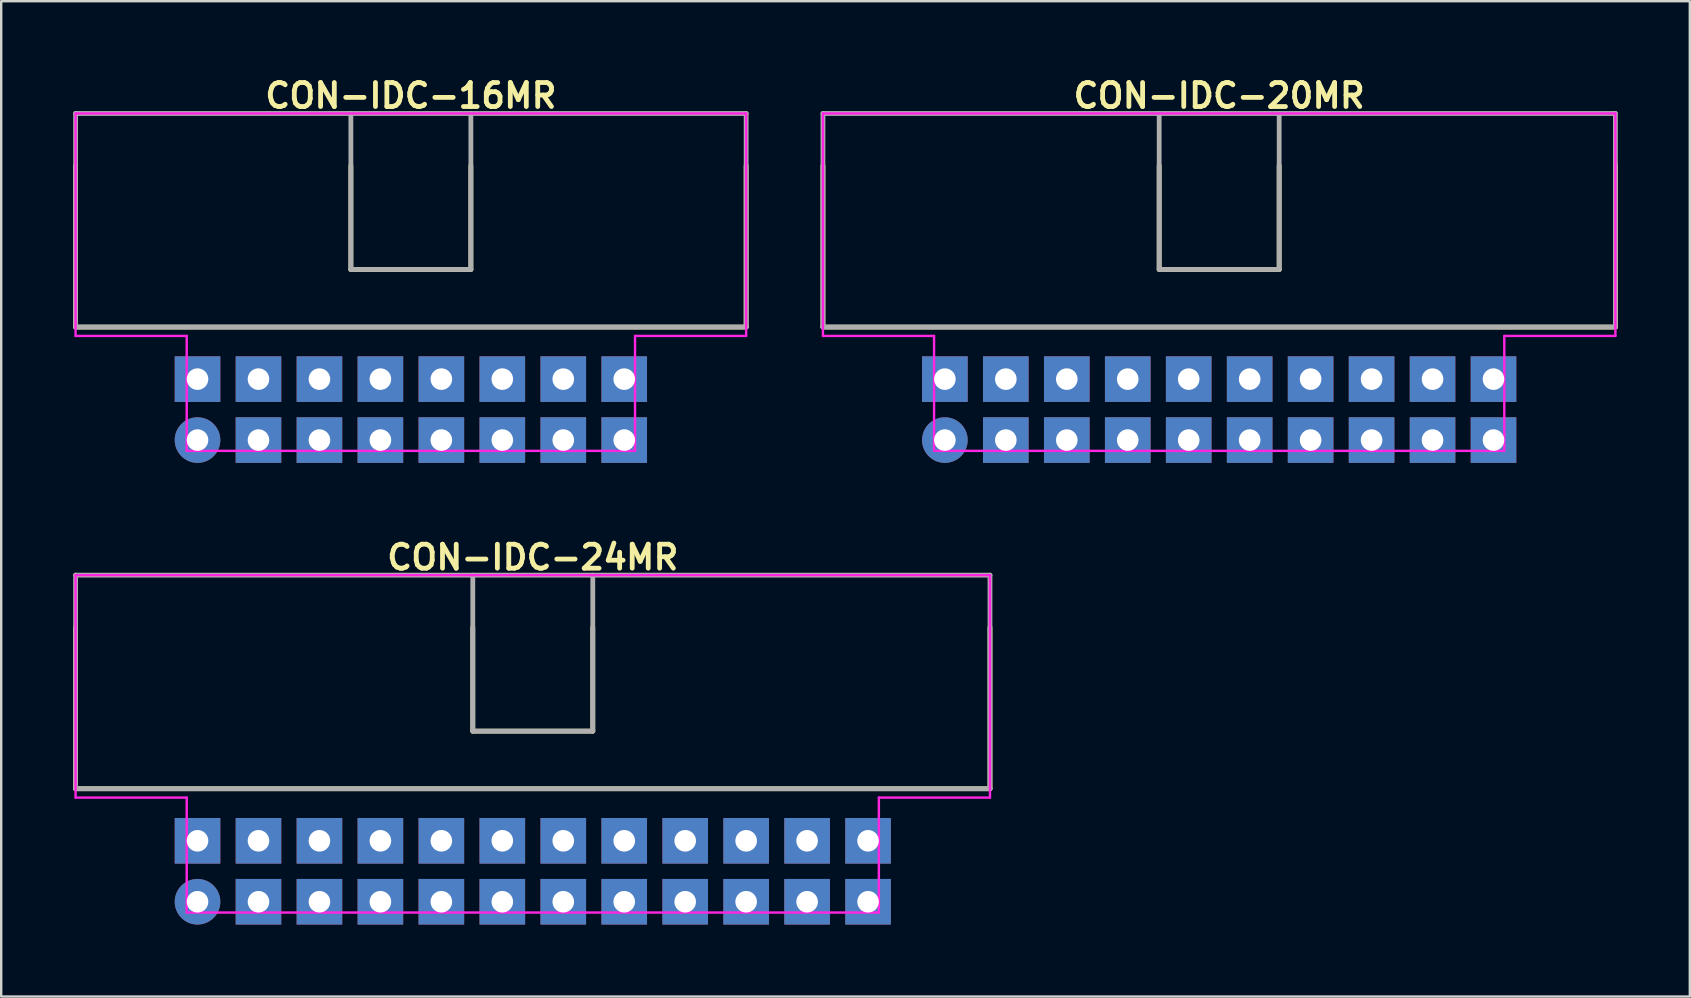
<source format=kicad_pcb>
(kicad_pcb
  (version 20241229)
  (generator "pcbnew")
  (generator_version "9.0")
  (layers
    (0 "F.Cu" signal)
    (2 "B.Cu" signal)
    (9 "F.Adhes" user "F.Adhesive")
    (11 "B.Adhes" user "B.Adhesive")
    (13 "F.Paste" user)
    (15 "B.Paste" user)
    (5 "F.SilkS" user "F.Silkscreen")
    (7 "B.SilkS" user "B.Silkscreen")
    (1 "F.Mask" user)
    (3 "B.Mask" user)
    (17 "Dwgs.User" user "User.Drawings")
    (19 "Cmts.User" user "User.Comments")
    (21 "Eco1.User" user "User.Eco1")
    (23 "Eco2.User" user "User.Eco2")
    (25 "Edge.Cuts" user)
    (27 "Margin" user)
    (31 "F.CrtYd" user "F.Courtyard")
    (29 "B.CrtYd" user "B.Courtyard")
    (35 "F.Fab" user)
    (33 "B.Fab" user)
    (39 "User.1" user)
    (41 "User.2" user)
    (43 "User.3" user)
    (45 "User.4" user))
  (footprint "CON-IDC-16MR"
    (layer "F.Cu")
    (at 14.07 14.017)
    (property "Reference" "CON-IDC-16MR" (at 0 -13.081 0) (layer "F.SilkS") (effects (font (size 1 1) (thickness 0.2))))
    (attr through_hole)
    (fp_line (start -13.97 -10.16) (end -13.97 -3.44) (stroke (width 0.2) (type solid)) (layer "F.SilkS"))
    (fp_line (start -13.97 -3.44) (end 13.97 -3.44) (stroke (width 0.2) (type solid)) (layer "F.SilkS"))
    (fp_line (start -2.5 -10.16) (end -2.5 -5.84) (stroke (width 0.2) (type solid)) (layer "F.SilkS"))
    (fp_line (start -2.5 -5.84) (end 2.5 -5.84) (stroke (width 0.2) (type solid)) (layer "F.SilkS"))
    (fp_line (start 2.5 -10.16) (end 2.5 -5.84) (stroke (width 0.2) (type solid)) (layer "F.SilkS"))
    (fp_line (start 13.97 -10.16) (end 13.97 -3.44) (stroke (width 0.2) (type solid)) (layer "F.SilkS"))
    (fp_line (start -13.97 -12.34) (end -13.97 -3.07) (stroke (width 0.1) (type solid)) (layer "F.CrtYd"))
    (fp_line (start -13.97 -12.34) (end 13.97 -12.34) (stroke (width 0.1) (type solid)) (layer "F.CrtYd"))
    (fp_line (start -13.97 -3.07) (end -9.34 -3.07) (stroke (width 0.1) (type solid)) (layer "F.CrtYd"))
    (fp_line (start -9.34 -3.07) (end -9.34 1.72) (stroke (width 0.1) (type solid)) (layer "F.CrtYd"))
    (fp_line (start -9.34 1.72) (end 9.34 1.72) (stroke (width 0.1) (type solid)) (layer "F.CrtYd"))
    (fp_line (start 9.34 -3.07) (end 9.34 1.72) (stroke (width 0.1) (type solid)) (layer "F.CrtYd"))
    (fp_line (start 9.34 -3.07) (end 13.97 -3.07) (stroke (width 0.1) (type solid)) (layer "F.CrtYd"))
    (fp_line (start 13.97 -12.34) (end 13.97 -3.07) (stroke (width 0.1) (type solid)) (layer "F.CrtYd"))
    (fp_line (start -13.97 -12.34) (end -13.97 -3.44) (stroke (width 0.2) (type solid)) (layer "F.Fab"))
    (fp_line (start -13.97 -12.34) (end 13.97 -12.34) (stroke (width 0.2) (type solid)) (layer "F.Fab"))
    (fp_line (start -13.97 -3.44) (end 13.97 -3.44) (stroke (width 0.2) (type solid)) (layer "F.Fab"))
    (fp_line (start -2.5 -12.34) (end -2.5 -5.84) (stroke (width 0.2) (type solid)) (layer "F.Fab"))
    (fp_line (start -2.5 -5.84) (end 2.5 -5.84) (stroke (width 0.2) (type solid)) (layer "F.Fab"))
    (fp_line (start 2.5 -12.34) (end 2.5 -5.84) (stroke (width 0.2) (type solid)) (layer "F.Fab"))
    (fp_line (start 13.97 -12.34) (end 13.97 -3.44) (stroke (width 0.2) (type solid)) (layer "F.Fab"))
    (pad "1" thru_hole circle (at -8.89 1.27) (size 1.9 1.9) (drill 0.9) (layers "*.Cu" "*.Mask"))
    (pad "2" thru_hole rect (at -8.89 -1.27) (size 1.9 1.9) (drill 0.9) (layers "*.Cu" "*.Mask"))
    (pad "3" thru_hole rect (at -6.35 1.27) (size 1.9 1.9) (drill 0.9) (layers "*.Cu" "*.Mask"))
    (pad "4" thru_hole rect (at -6.35 -1.27) (size 1.9 1.9) (drill 0.9) (layers "*.Cu" "*.Mask"))
    (pad "5" thru_hole rect (at -3.81 1.27) (size 1.9 1.9) (drill 0.9) (layers "*.Cu" "*.Mask"))
    (pad "6" thru_hole rect (at -3.81 -1.27) (size 1.9 1.9) (drill 0.9) (layers "*.Cu" "*.Mask"))
    (pad "7" thru_hole rect (at -1.27 1.27) (size 1.9 1.9) (drill 0.9) (layers "*.Cu" "*.Mask"))
    (pad "8" thru_hole rect (at -1.27 -1.27) (size 1.9 1.9) (drill 0.9) (layers "*.Cu" "*.Mask"))
    (pad "9" thru_hole rect (at 1.27 1.27) (size 1.9 1.9) (drill 0.9) (layers "*.Cu" "*.Mask"))
    (pad "10" thru_hole rect (at 1.27 -1.27) (size 1.9 1.9) (drill 0.9) (layers "*.Cu" "*.Mask"))
    (pad "11" thru_hole rect (at 3.81 1.27) (size 1.9 1.9) (drill 0.9) (layers "*.Cu" "*.Mask"))
    (pad "12" thru_hole rect (at 3.81 -1.27) (size 1.9 1.9) (drill 0.9) (layers "*.Cu" "*.Mask"))
    (pad "13" thru_hole rect (at 6.35 1.27) (size 1.9 1.9) (drill 0.9) (layers "*.Cu" "*.Mask"))
    (pad "14" thru_hole rect (at 6.35 -1.27) (size 1.9 1.9) (drill 0.9) (layers "*.Cu" "*.Mask"))
    (pad "15" thru_hole rect (at 8.89 1.27) (size 1.9 1.9) (drill 0.9) (layers "*.Cu" "*.Mask"))
    (pad "16" thru_hole rect (at 8.89 -1.27) (size 1.9 1.9) (drill 0.9) (layers "*.Cu" "*.Mask")))
  (footprint "CON-IDC-20MR"
    (layer "F.Cu")
    (at 47.75 14.017)
    (property "Reference" "CON-IDC-20MR" (at 0 -13.081 0) (layer "F.SilkS") (effects (font (size 1 1) (thickness 0.2))))
    (attr through_hole)
    (fp_line (start -16.51 -10.16) (end -16.51 -3.44) (stroke (width 0.2) (type solid)) (layer "F.SilkS"))
    (fp_line (start -16.51 -3.44) (end 16.51 -3.44) (stroke (width 0.2) (type solid)) (layer "F.SilkS"))
    (fp_line (start -2.5 -10.16) (end -2.5 -5.84) (stroke (width 0.2) (type solid)) (layer "F.SilkS"))
    (fp_line (start -2.5 -5.84) (end 2.5 -5.84) (stroke (width 0.2) (type solid)) (layer "F.SilkS"))
    (fp_line (start 2.5 -10.16) (end 2.5 -5.84) (stroke (width 0.2) (type solid)) (layer "F.SilkS"))
    (fp_line (start 16.51 -10.16) (end 16.51 -3.44) (stroke (width 0.2) (type solid)) (layer "F.SilkS"))
    (fp_line (start -16.51 -12.34) (end -16.51 -3.07) (stroke (width 0.1) (type solid)) (layer "F.CrtYd"))
    (fp_line (start -16.51 -12.34) (end 16.51 -12.34) (stroke (width 0.1) (type solid)) (layer "F.CrtYd"))
    (fp_line (start -16.51 -3.07) (end -11.88 -3.07) (stroke (width 0.1) (type solid)) (layer "F.CrtYd"))
    (fp_line (start -11.88 -3.07) (end -11.88 1.72) (stroke (width 0.1) (type solid)) (layer "F.CrtYd"))
    (fp_line (start -11.88 1.72) (end 11.88 1.72) (stroke (width 0.1) (type solid)) (layer "F.CrtYd"))
    (fp_line (start 11.88 -3.07) (end 11.88 1.72) (stroke (width 0.1) (type solid)) (layer "F.CrtYd"))
    (fp_line (start 11.88 -3.07) (end 16.51 -3.07) (stroke (width 0.1) (type solid)) (layer "F.CrtYd"))
    (fp_line (start 16.51 -12.34) (end 16.51 -3.07) (stroke (width 0.1) (type solid)) (layer "F.CrtYd"))
    (fp_line (start -16.51 -12.34) (end -16.51 -3.44) (stroke (width 0.2) (type solid)) (layer "F.Fab"))
    (fp_line (start -16.51 -12.34) (end 16.51 -12.34) (stroke (width 0.2) (type solid)) (layer "F.Fab"))
    (fp_line (start -16.51 -3.44) (end 16.51 -3.44) (stroke (width 0.2) (type solid)) (layer "F.Fab"))
    (fp_line (start -2.5 -12.34) (end -2.5 -5.84) (stroke (width 0.2) (type solid)) (layer "F.Fab"))
    (fp_line (start -2.5 -5.84) (end 2.5 -5.84) (stroke (width 0.2) (type solid)) (layer "F.Fab"))
    (fp_line (start 2.5 -12.34) (end 2.5 -5.84) (stroke (width 0.2) (type solid)) (layer "F.Fab"))
    (fp_line (start 16.51 -12.34) (end 16.51 -3.44) (stroke (width 0.2) (type solid)) (layer "F.Fab"))
    (pad "1" thru_hole circle (at -11.43 1.27) (size 1.9 1.9) (drill 0.9) (layers "*.Cu" "*.Mask"))
    (pad "2" thru_hole rect (at -11.43 -1.27) (size 1.9 1.9) (drill 0.9) (layers "*.Cu" "*.Mask"))
    (pad "3" thru_hole rect (at -8.89 1.27) (size 1.9 1.9) (drill 0.9) (layers "*.Cu" "*.Mask"))
    (pad "4" thru_hole rect (at -8.89 -1.27) (size 1.9 1.9) (drill 0.9) (layers "*.Cu" "*.Mask"))
    (pad "5" thru_hole rect (at -6.35 1.27) (size 1.9 1.9) (drill 0.9) (layers "*.Cu" "*.Mask"))
    (pad "6" thru_hole rect (at -6.35 -1.27) (size 1.9 1.9) (drill 0.9) (layers "*.Cu" "*.Mask"))
    (pad "7" thru_hole rect (at -3.81 1.27) (size 1.9 1.9) (drill 0.9) (layers "*.Cu" "*.Mask"))
    (pad "8" thru_hole rect (at -3.81 -1.27) (size 1.9 1.9) (drill 0.9) (layers "*.Cu" "*.Mask"))
    (pad "9" thru_hole rect (at -1.27 1.27) (size 1.9 1.9) (drill 0.9) (layers "*.Cu" "*.Mask"))
    (pad "10" thru_hole rect (at -1.27 -1.27) (size 1.9 1.9) (drill 0.9) (layers "*.Cu" "*.Mask"))
    (pad "11" thru_hole rect (at 1.27 1.27) (size 1.9 1.9) (drill 0.9) (layers "*.Cu" "*.Mask"))
    (pad "12" thru_hole rect (at 1.27 -1.27) (size 1.9 1.9) (drill 0.9) (layers "*.Cu" "*.Mask"))
    (pad "13" thru_hole rect (at 3.81 1.27) (size 1.9 1.9) (drill 0.9) (layers "*.Cu" "*.Mask"))
    (pad "14" thru_hole rect (at 3.81 -1.27) (size 1.9 1.9) (drill 0.9) (layers "*.Cu" "*.Mask"))
    (pad "15" thru_hole rect (at 6.35 1.27) (size 1.9 1.9) (drill 0.9) (layers "*.Cu" "*.Mask"))
    (pad "16" thru_hole rect (at 6.35 -1.27) (size 1.9 1.9) (drill 0.9) (layers "*.Cu" "*.Mask"))
    (pad "17" thru_hole rect (at 8.89 1.27) (size 1.9 1.9) (drill 0.9) (layers "*.Cu" "*.Mask"))
    (pad "18" thru_hole rect (at 8.89 -1.27) (size 1.9 1.9) (drill 0.9) (layers "*.Cu" "*.Mask"))
    (pad "19" thru_hole rect (at 11.43 1.27) (size 1.9 1.9) (drill 0.9) (layers "*.Cu" "*.Mask"))
    (pad "20" thru_hole rect (at 11.43 -1.27) (size 1.9 1.9) (drill 0.9) (layers "*.Cu" "*.Mask")))
  (footprint "CON-IDC-24MR"
    (layer "F.Cu")
    (at 19.15 33.254)
    (property "Reference" "CON-IDC-24MR" (at 0 -13.081 0) (layer "F.SilkS") (effects (font (size 1 1) (thickness 0.2))))
    (attr through_hole)
    (fp_line (start -19.05 -10.16) (end -19.05 -3.44) (stroke (width 0.2) (type solid)) (layer "F.SilkS"))
    (fp_line (start -19.05 -3.44) (end 19.05 -3.44) (stroke (width 0.2) (type solid)) (layer "F.SilkS"))
    (fp_line (start -2.5 -10.16) (end -2.5 -5.84) (stroke (width 0.2) (type solid)) (layer "F.SilkS"))
    (fp_line (start -2.5 -5.84) (end 2.5 -5.84) (stroke (width 0.2) (type solid)) (layer "F.SilkS"))
    (fp_line (start 2.5 -10.16) (end 2.5 -5.84) (stroke (width 0.2) (type solid)) (layer "F.SilkS"))
    (fp_line (start 19.05 -10.16) (end 19.05 -3.44) (stroke (width 0.2) (type solid)) (layer "F.SilkS"))
    (fp_line (start -19.05 -12.34) (end -19.05 -3.07) (stroke (width 0.1) (type solid)) (layer "F.CrtYd"))
    (fp_line (start -19.05 -12.34) (end 19.05 -12.34) (stroke (width 0.1) (type solid)) (layer "F.CrtYd"))
    (fp_line (start -19.05 -3.07) (end -14.42 -3.07) (stroke (width 0.1) (type solid)) (layer "F.CrtYd"))
    (fp_line (start -14.42 -3.07) (end -14.42 1.72) (stroke (width 0.1) (type solid)) (layer "F.CrtYd"))
    (fp_line (start -14.42 1.72) (end 14.42 1.72) (stroke (width 0.1) (type solid)) (layer "F.CrtYd"))
    (fp_line (start 14.42 -3.07) (end 14.42 1.72) (stroke (width 0.1) (type solid)) (layer "F.CrtYd"))
    (fp_line (start 14.42 -3.07) (end 19.05 -3.07) (stroke (width 0.1) (type solid)) (layer "F.CrtYd"))
    (fp_line (start 19.05 -12.34) (end 19.05 -3.07) (stroke (width 0.1) (type solid)) (layer "F.CrtYd"))
    (fp_line (start -19.05 -12.34) (end -19.05 -3.44) (stroke (width 0.2) (type solid)) (layer "F.Fab"))
    (fp_line (start -19.05 -12.34) (end 19.05 -12.34) (stroke (width 0.2) (type solid)) (layer "F.Fab"))
    (fp_line (start -19.05 -3.44) (end 19.05 -3.44) (stroke (width 0.2) (type solid)) (layer "F.Fab"))
    (fp_line (start -2.5 -12.34) (end -2.5 -5.84) (stroke (width 0.2) (type solid)) (layer "F.Fab"))
    (fp_line (start -2.5 -5.84) (end 2.5 -5.84) (stroke (width 0.2) (type solid)) (layer "F.Fab"))
    (fp_line (start 2.5 -12.34) (end 2.5 -5.84) (stroke (width 0.2) (type solid)) (layer "F.Fab"))
    (fp_line (start 19.05 -12.34) (end 19.05 -3.44) (stroke (width 0.2) (type solid)) (layer "F.Fab"))
    (pad "1" thru_hole circle (at -13.97 1.27) (size 1.9 1.9) (drill 0.9) (layers "*.Cu" "*.Mask"))
    (pad "2" thru_hole rect (at -13.97 -1.27) (size 1.9 1.9) (drill 0.9) (layers "*.Cu" "*.Mask"))
    (pad "3" thru_hole rect (at -11.43 1.27) (size 1.9 1.9) (drill 0.9) (layers "*.Cu" "*.Mask"))
    (pad "4" thru_hole rect (at -11.43 -1.27) (size 1.9 1.9) (drill 0.9) (layers "*.Cu" "*.Mask"))
    (pad "5" thru_hole rect (at -8.89 1.27) (size 1.9 1.9) (drill 0.9) (layers "*.Cu" "*.Mask"))
    (pad "6" thru_hole rect (at -8.89 -1.27) (size 1.9 1.9) (drill 0.9) (layers "*.Cu" "*.Mask"))
    (pad "7" thru_hole rect (at -6.35 1.27) (size 1.9 1.9) (drill 0.9) (layers "*.Cu" "*.Mask"))
    (pad "8" thru_hole rect (at -6.35 -1.27) (size 1.9 1.9) (drill 0.9) (layers "*.Cu" "*.Mask"))
    (pad "9" thru_hole rect (at -3.81 1.27) (size 1.9 1.9) (drill 0.9) (layers "*.Cu" "*.Mask"))
    (pad "10" thru_hole rect (at -3.81 -1.27) (size 1.9 1.9) (drill 0.9) (layers "*.Cu" "*.Mask"))
    (pad "11" thru_hole rect (at -1.27 1.27) (size 1.9 1.9) (drill 0.9) (layers "*.Cu" "*.Mask"))
    (pad "12" thru_hole rect (at -1.27 -1.27) (size 1.9 1.9) (drill 0.9) (layers "*.Cu" "*.Mask"))
    (pad "13" thru_hole rect (at 1.27 1.27) (size 1.9 1.9) (drill 0.9) (layers "*.Cu" "*.Mask"))
    (pad "14" thru_hole rect (at 1.27 -1.27) (size 1.9 1.9) (drill 0.9) (layers "*.Cu" "*.Mask"))
    (pad "15" thru_hole rect (at 3.81 1.27) (size 1.9 1.9) (drill 0.9) (layers "*.Cu" "*.Mask"))
    (pad "16" thru_hole rect (at 3.81 -1.27) (size 1.9 1.9) (drill 0.9) (layers "*.Cu" "*.Mask"))
    (pad "17" thru_hole rect (at 6.35 1.27) (size 1.9 1.9) (drill 0.9) (layers "*.Cu" "*.Mask"))
    (pad "18" thru_hole rect (at 6.35 -1.27) (size 1.9 1.9) (drill 0.9) (layers "*.Cu" "*.Mask"))
    (pad "19" thru_hole rect (at 8.89 1.27) (size 1.9 1.9) (drill 0.9) (layers "*.Cu" "*.Mask"))
    (pad "20" thru_hole rect (at 8.89 -1.27) (size 1.9 1.9) (drill 0.9) (layers "*.Cu" "*.Mask"))
    (pad "21" thru_hole rect (at 11.43 1.27) (size 1.9 1.9) (drill 0.9) (layers "*.Cu" "*.Mask"))
    (pad "22" thru_hole rect (at 11.43 -1.27) (size 1.9 1.9) (drill 0.9) (layers "*.Cu" "*.Mask"))
    (pad "23" thru_hole rect (at 13.97 1.27) (size 1.9 1.9) (drill 0.9) (layers "*.Cu" "*.Mask"))
    (pad "24" thru_hole rect (at 13.97 -1.27) (size 1.9 1.9) (drill 0.9) (layers "*.Cu" "*.Mask")))
  (gr_rect
    (start -3 -3)
    (end 67.36 38.474)
    (stroke (width 0.1) (type default))
    (fill no)
    (layer "Edge.Cuts")))
</source>
